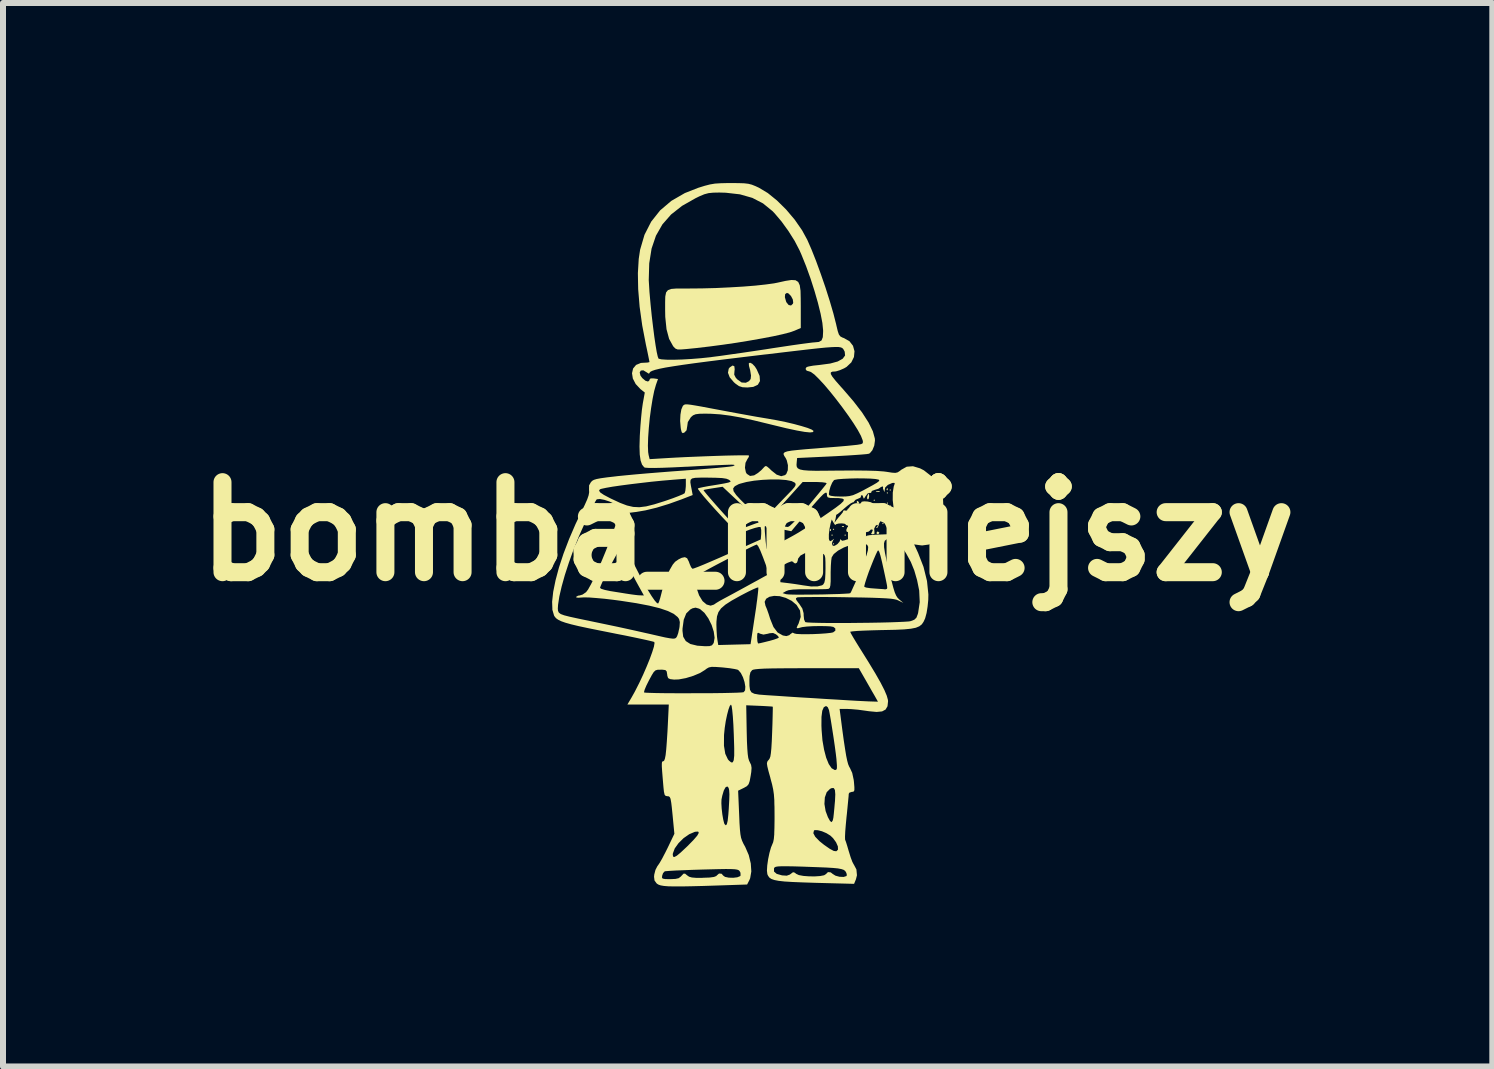
<source format=kicad_pcb>
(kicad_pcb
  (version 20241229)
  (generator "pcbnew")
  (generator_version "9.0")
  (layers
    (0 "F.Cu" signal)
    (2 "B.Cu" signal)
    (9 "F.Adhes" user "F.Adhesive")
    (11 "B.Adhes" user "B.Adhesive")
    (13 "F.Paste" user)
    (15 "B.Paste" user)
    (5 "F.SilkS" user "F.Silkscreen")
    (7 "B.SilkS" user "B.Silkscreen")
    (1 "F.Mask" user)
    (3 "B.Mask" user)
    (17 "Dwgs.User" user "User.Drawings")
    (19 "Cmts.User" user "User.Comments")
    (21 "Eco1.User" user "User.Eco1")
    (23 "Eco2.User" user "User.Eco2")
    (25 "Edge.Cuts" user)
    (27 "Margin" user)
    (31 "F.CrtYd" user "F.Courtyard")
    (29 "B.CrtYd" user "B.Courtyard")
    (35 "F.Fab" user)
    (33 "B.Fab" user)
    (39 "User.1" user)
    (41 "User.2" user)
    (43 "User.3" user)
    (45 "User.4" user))
  (footprint "bomba_mniejszy"
    (layer "F.Cu")
    (at 9.407 5.805)
    (property "Reference" "bomba_mniejszy" (at 0 0 0) (layer "F.SilkS") (effects (font (size 1.5 1.5) (thickness 0.3))))
    (attr board_only exclude_from_pos_files exclude_from_bom)
    (fp_poly (pts (xy 1.418 0.061) (xy 1.406 0.073) (xy 1.394 0.061) (xy 1.406 0.048)) (stroke (width 0) (type solid)) (fill yes) (layer "F.SilkS"))
    (fp_poly (pts (xy 1.442 -0.036) (xy 1.43 -0.024) (xy 1.418 -0.036) (xy 1.43 -0.048)) (stroke (width 0) (type solid)) (fill yes) (layer "F.SilkS"))
    (fp_poly (pts (xy 1.442 0.206) (xy 1.43 0.218) (xy 1.418 0.206) (xy 1.43 0.194)) (stroke (width 0) (type solid)) (fill yes) (layer "F.SilkS"))
    (fp_poly (pts (xy 1.636 0.061) (xy 1.624 0.073) (xy 1.612 0.061) (xy 1.624 0.048)) (stroke (width 0) (type solid)) (fill yes) (layer "F.SilkS"))
    (fp_poly (pts (xy 1.951 -0.206) (xy 1.939 -0.194) (xy 1.927 -0.206) (xy 1.939 -0.218)) (stroke (width 0) (type solid)) (fill yes) (layer "F.SilkS"))
    (fp_poly (pts (xy 2.121 -0.521) (xy 2.109 -0.509) (xy 2.096 -0.521) (xy 2.109 -0.533)) (stroke (width 0) (type solid)) (fill yes) (layer "F.SilkS"))
    (fp_poly (pts (xy 2.266 -0.133) (xy 2.254 -0.121) (xy 2.242 -0.133) (xy 2.254 -0.145)) (stroke (width 0) (type solid)) (fill yes) (layer "F.SilkS"))
    (fp_poly (pts (xy 2.339 -0.642) (xy 2.327 -0.63) (xy 2.315 -0.642) (xy 2.327 -0.654)) (stroke (width 0) (type solid)) (fill yes) (layer "F.SilkS"))
    (fp_poly (pts (xy 2.339 -0.473) (xy 2.327 -0.46) (xy 2.315 -0.473) (xy 2.327 -0.485)) (stroke (width 0) (type solid)) (fill yes) (layer "F.SilkS"))
    (fp_poly (pts (xy 2.387 -0.691) (xy 2.375 -0.679) (xy 2.363 -0.691) (xy 2.375 -0.703)) (stroke (width 0) (type solid)) (fill yes) (layer "F.SilkS"))
    (fp_poly (pts (xy 2.387 -0.424) (xy 2.375 -0.412) (xy 2.363 -0.424) (xy 2.375 -0.436)) (stroke (width 0) (type solid)) (fill yes) (layer "F.SilkS"))
    (fp_poly (pts (xy 2.412 -0.351) (xy 2.399 -0.339) (xy 2.387 -0.351) (xy 2.399 -0.364)) (stroke (width 0) (type solid)) (fill yes) (layer "F.SilkS"))
    (fp_poly (pts (xy 1.386 -0.04) (xy 1.388 -0.012) (xy 1.386 -0.008) (xy 1.371 -0.011) (xy 1.369 -0.024) (xy 1.378 -0.044)) (stroke (width 0) (type solid)) (fill yes) (layer "F.SilkS"))
    (fp_poly (pts (xy 1.604 -0.089) (xy 1.6 -0.074) (xy 1.587 -0.073) (xy 1.568 -0.082) (xy 1.571 -0.089) (xy 1.6 -0.092)) (stroke (width 0) (type solid)) (fill yes) (layer "F.SilkS"))
    (fp_poly (pts (xy 1.798 -0.452) (xy 1.794 -0.438) (xy 1.781 -0.436) (xy 1.761 -0.445) (xy 1.765 -0.452) (xy 1.794 -0.455)) (stroke (width 0) (type solid)) (fill yes) (layer "F.SilkS"))
    (fp_poly (pts (xy 1.798 -0.186) (xy 1.8 -0.157) (xy 1.798 -0.153) (xy 1.783 -0.157) (xy 1.781 -0.17) (xy 1.79 -0.19)) (stroke (width 0) (type solid)) (fill yes) (layer "F.SilkS"))
    (fp_poly (pts (xy 2.199 -0.67) (xy 2.203 -0.662) (xy 2.169 -0.658) (xy 2.135 -0.662) (xy 2.139 -0.67) (xy 2.189 -0.674)) (stroke (width 0) (type solid)) (fill yes) (layer "F.SilkS"))
    (fp_poly (pts (xy 2.331 -0.719) (xy 2.334 -0.69) (xy 2.331 -0.687) (xy 2.316 -0.69) (xy 2.315 -0.703) (xy 2.323 -0.723)) (stroke (width 0) (type solid)) (fill yes) (layer "F.SilkS"))
    (fp_poly (pts (xy 2.331 -0.38) (xy 2.334 -0.351) (xy 2.331 -0.347) (xy 2.316 -0.351) (xy 2.315 -0.364) (xy 2.323 -0.383)) (stroke (width 0) (type solid)) (fill yes) (layer "F.SilkS"))
    (fp_poly (pts (xy 1.867 -0.226) (xy 1.891 -0.204) (xy 1.889 -0.191) (xy 1.868 -0.171) (xy 1.85 -0.195) (xy 1.846 -0.205) (xy 1.847 -0.229)) (stroke (width 0) (type solid)) (fill yes) (layer "F.SilkS"))
    (fp_poly (pts (xy 1.853 -0.491) (xy 1.854 -0.485) (xy 1.846 -0.461) (xy 1.843 -0.46) (xy 1.823 -0.477) (xy 1.818 -0.485) (xy 1.82 -0.507) (xy 1.828 -0.509)) (stroke (width 0) (type solid)) (fill yes) (layer "F.SilkS"))
    (fp_poly (pts (xy 2.022 -0.61) (xy 2.024 -0.582) (xy 2.015 -0.542) (xy 2.002 -0.533) (xy 1.989 -0.553) (xy 1.992 -0.582) (xy 2.007 -0.621) (xy 2.014 -0.63)) (stroke (width 0) (type solid)) (fill yes) (layer "F.SilkS"))
    (fp_poly (pts (xy 2.193 0.018) (xy 2.193 0.024) (xy 2.175 0.048) (xy 2.169 0.048) (xy 2.146 0.03) (xy 2.145 0.024) (xy 2.163 0.001) (xy 2.169 0)) (stroke (width 0) (type solid)) (fill yes) (layer "F.SilkS"))
    (fp_poly (pts (xy 2.452 -0.033) (xy 2.448 -0.024) (xy 2.425 -0.001) (xy 2.421 0) (xy 2.419 -0.016) (xy 2.424 -0.024) (xy 2.446 -0.047) (xy 2.451 -0.048)) (stroke (width 0) (type solid)) (fill yes) (layer "F.SilkS"))
    (fp_poly (pts (xy 0.076 -2.794) (xy 0.119 -2.75) (xy 0.15 -2.702) (xy 0.199 -2.592) (xy 0.205 -2.506) (xy 0.17 -2.445) (xy 0.094 -2.409) (xy -0.002 -2.399) (xy -0.085 -2.403) (xy -0.145 -2.422) (xy -0.203 -2.463) (xy -0.23 -2.487) (xy -0.299 -2.568) (xy -0.328 -2.644) (xy -0.316 -2.711) (xy -0.298 -2.734) (xy -0.251 -2.765) (xy -0.222 -2.753) (xy -0.216 -2.701) (xy -0.219 -2.679) (xy -0.224 -2.613) (xy -0.199 -2.563) (xy -0.173 -2.534) (xy -0.1 -2.482) (xy -0.03 -2.478) (xy 0.023 -2.505) (xy 0.05 -2.54) (xy 0.056 -2.597) (xy 0.042 -2.684) (xy 0.022 -2.759) (xy 0.019 -2.802) (xy 0.04 -2.812)) (stroke (width 0) (type solid)) (fill yes) (layer "F.SilkS"))
    (fp_poly (pts (xy -0.998 -2.117) (xy -0.947 -2.111) (xy -0.873 -2.099) (xy -0.77 -2.081) (xy -0.633 -2.055) (xy -0.457 -2.022) (xy -0.339 -2) (xy -0.178 -1.97) (xy -0.013 -1.94) (xy 0.142 -1.912) (xy 0.273 -1.89) (xy 0.339 -1.879) (xy 0.486 -1.853) (xy 0.634 -1.823) (xy 0.773 -1.79) (xy 0.898 -1.756) (xy 0.999 -1.725) (xy 1.068 -1.697) (xy 1.098 -1.675) (xy 1.098 -1.675) (xy 1.088 -1.656) (xy 1.039 -1.65) (xy 0.95 -1.659) (xy 0.82 -1.682) (xy 0.647 -1.719) (xy 0.429 -1.772) (xy 0.347 -1.792) (xy 0.1 -1.852) (xy -0.11 -1.898) (xy -0.292 -1.93) (xy -0.454 -1.951) (xy -0.606 -1.961) (xy -0.709 -1.963) (xy -0.805 -1.961) (xy -0.867 -1.953) (xy -0.91 -1.935) (xy -0.946 -1.904) (xy -0.997 -1.823) (xy -1.006 -1.759) (xy -1.018 -1.686) (xy -1.053 -1.649) (xy -1.082 -1.638) (xy -1.099 -1.654) (xy -1.112 -1.704) (xy -1.116 -1.734) (xy -1.125 -1.841) (xy -1.12 -1.946) (xy -1.105 -2.034) (xy -1.08 -2.092) (xy -1.075 -2.097) (xy -1.064 -2.107) (xy -1.051 -2.114) (xy -1.031 -2.118)) (stroke (width 0) (type solid)) (fill yes) (layer "F.SilkS"))
    (fp_poly (pts (xy 0.797 -4.186) (xy 0.842 -4.158) (xy 0.868 -4.102) (xy 0.881 -4.011) (xy 0.884 -3.881) (xy 0.885 -3.754) (xy 0.885 -3.39) (xy 0.781 -3.345) (xy 0.701 -3.317) (xy 0.58 -3.286) (xy 0.425 -3.252) (xy 0.241 -3.217) (xy 0.037 -3.181) (xy -0.182 -3.145) (xy -0.408 -3.112) (xy -0.635 -3.082) (xy -0.856 -3.056) (xy -1.025 -3.039) (xy -1.114 -3.032) (xy -1.168 -3.033) (xy -1.203 -3.047) (xy -1.232 -3.075) (xy -1.244 -3.091) (xy -1.309 -3.209) (xy -1.352 -3.37) (xy -1.373 -3.575) (xy -1.375 -3.686) (xy -1.375 -3.822) (xy -1.373 -3.904) (xy 0.62 -3.904) (xy 0.64 -3.832) (xy 0.647 -3.817) (xy 0.683 -3.773) (xy 0.723 -3.765) (xy 0.754 -3.795) (xy 0.759 -3.813) (xy 0.752 -3.866) (xy 0.722 -3.923) (xy 0.681 -3.965) (xy 0.654 -3.975) (xy 0.625 -3.955) (xy 0.62 -3.904) (xy -1.373 -3.904) (xy -1.372 -3.918) (xy -1.359 -3.983) (xy -1.328 -4.021) (xy -1.273 -4.041) (xy -1.186 -4.048) (xy -1.062 -4.048) (xy -0.986 -4.048) (xy -0.76 -4.05) (xy -0.528 -4.056) (xy -0.297 -4.067) (xy -0.077 -4.08) (xy 0.125 -4.096) (xy 0.3 -4.115) (xy 0.439 -4.134) (xy 0.5 -4.146) (xy 0.631 -4.175) (xy 0.729 -4.19)) (stroke (width 0) (type solid)) (fill yes) (layer "F.SilkS"))
    (fp_poly (pts (xy 2.215 -0.23) (xy 2.231 -0.209) (xy 2.213 -0.176) (xy 2.187 -0.127) (xy 2.182 -0.102) (xy 2.164 -0.065) (xy 2.15 -0.058) (xy 2.136 -0.059) (xy 2.144 -0.064) (xy 2.168 -0.095) (xy 2.169 -0.102) (xy 2.155 -0.111) (xy 2.133 -0.097) (xy 2.108 -0.047) (xy 2.111 -0.009) (xy 2.114 0.035) (xy 2.088 0.048) (xy 2.084 0.048) (xy 2.056 0.042) (xy 2.07 0.014) (xy 2.07 0.014) (xy 2.085 -0.022) (xy 2.075 -0.034) (xy 2.048 -0.03) (xy 2.042 -0.019) (xy 2.014 0.003) (xy 1.961 0.015) (xy 1.911 0.02) (xy 1.89 0.025) (xy 1.87 0.032) (xy 1.82 0.035) (xy 1.761 0.033) (xy 1.713 0.027) (xy 1.694 0.02) (xy 1.668 0.008) (xy 1.664 0.01) (xy 1.648 -0.000485) (xy 1.643 -0.025) (xy 1.66 -0.069) (xy 1.686 -0.085) (xy 1.719 -0.106) (xy 1.72 -0.123) (xy 1.725 -0.135) (xy 1.741 -0.132) (xy 1.781 -0.132) (xy 1.85 -0.146) (xy 1.93 -0.17) (xy 2.049 -0.206) (xy 2.096 -0.206) (xy 2.109 -0.194) (xy 2.169 -0.194) (xy 2.178 -0.174) (xy 2.185 -0.178) (xy 2.188 -0.206) (xy 2.185 -0.21) (xy 2.171 -0.207) (xy 2.169 -0.194) (xy 2.109 -0.194) (xy 2.121 -0.206) (xy 2.109 -0.218) (xy 2.096 -0.206) (xy 2.049 -0.206) (xy 2.063 -0.21) (xy 2.159 -0.23)) (stroke (width 0) (type solid)) (fill yes) (layer "F.SilkS"))
    (fp_poly (pts (xy -0.15 -5.804) (xy -0.058 -5.801) (xy 0.011 -5.793) (xy 0.07 -5.778) (xy 0.13 -5.754) (xy 0.188 -5.727) (xy 0.335 -5.639) (xy 0.488 -5.515) (xy 0.641 -5.364) (xy 0.783 -5.196) (xy 0.906 -5.019) (xy 0.993 -4.86) (xy 1.063 -4.7) (xy 1.14 -4.506) (xy 1.219 -4.289) (xy 1.297 -4.063) (xy 1.368 -3.839) (xy 1.429 -3.63) (xy 1.475 -3.449) (xy 1.479 -3.43) (xy 1.501 -3.338) (xy 1.52 -3.282) (xy 1.544 -3.25) (xy 1.579 -3.231) (xy 1.601 -3.223) (xy 1.695 -3.171) (xy 1.755 -3.094) (xy 1.78 -3.003) (xy 1.771 -2.907) (xy 1.727 -2.817) (xy 1.648 -2.742) (xy 1.607 -2.718) (xy 1.536 -2.687) (xy 1.478 -2.669) (xy 1.461 -2.666) (xy 1.412 -2.663) (xy 1.386 -2.651) (xy 1.385 -2.624) (xy 1.411 -2.579) (xy 1.466 -2.51) (xy 1.552 -2.412) (xy 1.585 -2.376) (xy 1.763 -2.169) (xy 1.907 -1.982) (xy 2.015 -1.814) (xy 2.086 -1.669) (xy 2.119 -1.549) (xy 2.121 -1.515) (xy 2.109 -1.43) (xy 2.078 -1.354) (xy 2.036 -1.304) (xy 2.018 -1.295) (xy 1.98 -1.289) (xy 1.901 -1.282) (xy 1.789 -1.274) (xy 1.651 -1.265) (xy 1.494 -1.256) (xy 1.396 -1.251) (xy 0.824 -1.224) (xy 0.817 -1.149) (xy 0.814 -1.108) (xy 0.819 -1.075) (xy 0.837 -1.051) (xy 0.872 -1.033) (xy 0.93 -1.021) (xy 1.016 -1.014) (xy 1.134 -1.011) (xy 1.29 -1.012) (xy 1.489 -1.014) (xy 1.518 -1.014) (xy 1.769 -1.016) (xy 1.979 -1.014) (xy 2.146 -1.009) (xy 2.268 -1) (xy 2.314 -0.994) (xy 2.404 -0.98) (xy 2.46 -0.976) (xy 2.499 -0.985) (xy 2.536 -1.009) (xy 2.559 -1.028) (xy 2.65 -1.079) (xy 2.754 -1.087) (xy 2.872 -1.052) (xy 2.936 -1.019) (xy 3.055 -0.926) (xy 3.157 -0.802) (xy 3.228 -0.66) (xy 3.239 -0.628) (xy 3.255 -0.54) (xy 3.26 -0.423) (xy 3.258 -0.291) (xy 3.247 -0.16) (xy 3.229 -0.044) (xy 3.205 0.042) (xy 3.198 0.058) (xy 3.122 0.158) (xy 3.023 0.217) (xy 2.907 0.233) (xy 2.878 0.23) (xy 2.774 0.215) (xy 2.839 0.356) (xy 2.93 0.59) (xy 2.988 0.825) (xy 3.011 1.049) (xy 3.009 1.14) (xy 2.998 1.251) (xy 2.981 1.358) (xy 2.959 1.44) (xy 2.955 1.452) (xy 2.93 1.506) (xy 2.901 1.548) (xy 2.86 1.58) (xy 2.802 1.604) (xy 2.721 1.62) (xy 2.611 1.631) (xy 2.467 1.638) (xy 2.281 1.642) (xy 2.224 1.643) (xy 2.072 1.647) (xy 1.937 1.652) (xy 1.828 1.657) (xy 1.75 1.664) (xy 1.712 1.67) (xy 1.709 1.672) (xy 1.721 1.699) (xy 1.755 1.759) (xy 1.805 1.842) (xy 1.866 1.941) (xy 1.875 1.955) (xy 2.015 2.179) (xy 2.128 2.366) (xy 2.215 2.519) (xy 2.278 2.642) (xy 2.318 2.737) (xy 2.337 2.806) (xy 2.339 2.83) (xy 2.33 2.912) (xy 2.298 2.967) (xy 2.24 2.998) (xy 2.149 3.007) (xy 2.021 2.995) (xy 1.951 2.985) (xy 1.842 2.97) (xy 1.729 2.96) (xy 1.663 2.957) (xy 1.532 2.957) (xy 1.547 3.072) (xy 1.576 3.297) (xy 1.601 3.48) (xy 1.623 3.624) (xy 1.641 3.735) (xy 1.658 3.817) (xy 1.674 3.877) (xy 1.691 3.918) (xy 1.705 3.942) (xy 1.742 4.023) (xy 1.767 4.14) (xy 1.771 4.175) (xy 1.778 4.261) (xy 1.778 4.31) (xy 1.768 4.332) (xy 1.745 4.338) (xy 1.736 4.338) (xy 1.695 4.352) (xy 1.684 4.372) (xy 1.682 4.407) (xy 1.675 4.48) (xy 1.665 4.583) (xy 1.653 4.706) (xy 1.647 4.76) (xy 1.635 4.887) (xy 1.626 4.997) (xy 1.622 5.082) (xy 1.623 5.131) (xy 1.625 5.139) (xy 1.638 5.173) (xy 1.659 5.24) (xy 1.684 5.326) (xy 1.688 5.338) (xy 1.716 5.429) (xy 1.744 5.504) (xy 1.767 5.548) (xy 1.769 5.55) (xy 1.812 5.631) (xy 1.821 5.728) (xy 1.804 5.796) (xy 1.773 5.871) (xy 1.129 5.854) (xy 0.916 5.847) (xy 0.747 5.84) (xy 0.615 5.832) (xy 0.516 5.821) (xy 0.444 5.807) (xy 0.394 5.789) (xy 0.361 5.766) (xy 0.34 5.736) (xy 0.328 5.71) (xy 0.323 5.666) (xy 0.439 5.666) (xy 0.484 5.705) (xy 0.573 5.73) (xy 0.651 5.735) (xy 0.702 5.717) (xy 0.718 5.705) (xy 0.756 5.677) (xy 0.785 5.685) (xy 0.808 5.704) (xy 0.853 5.725) (xy 0.929 5.739) (xy 1.022 5.746) (xy 1.119 5.747) (xy 1.207 5.741) (xy 1.274 5.728) (xy 1.305 5.708) (xy 1.305 5.708) (xy 1.338 5.675) (xy 1.384 5.68) (xy 1.417 5.706) (xy 1.463 5.735) (xy 1.53 5.753) (xy 1.599 5.756) (xy 1.647 5.741) (xy 1.649 5.739) (xy 1.651 5.709) (xy 1.638 5.676) (xy 1.623 5.655) (xy 1.6 5.638) (xy 1.562 5.625) (xy 1.504 5.614) (xy 1.421 5.606) (xy 1.307 5.599) (xy 1.156 5.593) (xy 0.962 5.586) (xy 0.943 5.585) (xy 0.777 5.58) (xy 0.652 5.578) (xy 0.564 5.578) (xy 0.505 5.581) (xy 0.469 5.587) (xy 0.449 5.597) (xy 0.44 5.61) (xy 0.439 5.612) (xy 0.439 5.666) (xy 0.323 5.666) (xy 0.321 5.654) (xy 0.326 5.566) (xy 0.341 5.461) (xy 0.363 5.356) (xy 0.389 5.264) (xy 0.409 5.216) (xy 0.425 5.177) (xy 0.436 5.123) (xy 0.443 5.046) (xy 0.443 5.027) (xy 1.094 5.027) (xy 1.126 5.087) (xy 1.198 5.161) (xy 1.274 5.222) (xy 1.369 5.288) (xy 1.435 5.323) (xy 1.477 5.328) (xy 1.502 5.305) (xy 1.505 5.298) (xy 1.503 5.247) (xy 1.473 5.179) (xy 1.423 5.11) (xy 1.379 5.068) (xy 1.313 5.027) (xy 1.238 4.995) (xy 1.167 4.977) (xy 1.116 4.976) (xy 1.105 4.983) (xy 1.094 5.027) (xy 0.443 5.027) (xy 0.446 4.938) (xy 0.448 4.792) (xy 0.448 4.746) (xy 0.447 4.592) (xy 0.445 4.54) (xy 1.279 4.54) (xy 1.299 4.659) (xy 1.337 4.76) (xy 1.373 4.825) (xy 1.399 4.843) (xy 1.418 4.814) (xy 1.428 4.769) (xy 1.435 4.706) (xy 1.444 4.614) (xy 1.453 4.51) (xy 1.455 4.492) (xy 1.46 4.38) (xy 1.454 4.309) (xy 1.436 4.276) (xy 1.403 4.275) (xy 1.373 4.288) (xy 1.317 4.344) (xy 1.286 4.431) (xy 1.279 4.54) (xy 0.445 4.54) (xy 0.444 4.474) (xy 0.437 4.38) (xy 0.425 4.298) (xy 0.407 4.214) (xy 0.381 4.118) (xy 0.377 4.1) (xy 0.346 3.989) (xy 0.328 3.915) (xy 0.321 3.868) (xy 0.326 3.838) (xy 0.34 3.816) (xy 0.349 3.808) (xy 0.365 3.785) (xy 0.378 3.75) (xy 0.387 3.694) (xy 0.395 3.611) (xy 0.402 3.494) (xy 0.408 3.344) (xy 0.412 3.235) (xy 1.229 3.235) (xy 1.232 3.308) (xy 1.246 3.48) (xy 1.273 3.635) (xy 1.308 3.769) (xy 1.351 3.875) (xy 1.399 3.945) (xy 1.45 3.974) (xy 1.457 3.975) (xy 1.477 3.969) (xy 1.487 3.946) (xy 1.487 3.895) (xy 1.48 3.806) (xy 1.48 3.799) (xy 1.469 3.705) (xy 1.452 3.578) (xy 1.431 3.433) (xy 1.408 3.285) (xy 1.386 3.146) (xy 1.366 3.032) (xy 1.355 2.975) (xy 1.334 2.927) (xy 1.306 2.908) (xy 1.269 2.928) (xy 1.243 2.987) (xy 1.23 3.089) (xy 1.229 3.235) (xy 0.412 3.235) (xy 0.413 3.207) (xy 0.416 3.088) (xy 0.418 2.995) (xy 0.419 2.937) (xy 0.418 2.919) (xy 0.393 2.916) (xy 0.33 2.912) (xy 0.242 2.907) (xy 0.194 2.905) (xy -0.024 2.896) (xy -0.016 3.333) (xy -0.012 3.497) (xy -0.006 3.62) (xy 0.001 3.709) (xy 0.01 3.773) (xy 0.023 3.817) (xy 0.035 3.842) (xy 0.057 3.889) (xy 0.065 3.939) (xy 0.06 4.008) (xy 0.05 4.072) (xy 0.034 4.158) (xy 0.016 4.21) (xy -0.012 4.243) (xy -0.059 4.27) (xy -0.067 4.274) (xy -0.159 4.319) (xy -0.142 4.71) (xy -0.136 4.857) (xy -0.129 4.964) (xy -0.121 5.043) (xy -0.11 5.103) (xy -0.093 5.153) (xy -0.07 5.203) (xy -0.041 5.255) (xy 0.018 5.391) (xy 0.052 5.531) (xy 0.061 5.664) (xy 0.042 5.776) (xy 0.029 5.808) (xy -0.009 5.882) (xy -0.487 5.898) (xy -0.733 5.906) (xy -0.934 5.911) (xy -1.096 5.914) (xy -1.224 5.914) (xy -1.322 5.912) (xy -1.395 5.906) (xy -1.448 5.897) (xy -1.484 5.885) (xy -1.509 5.87) (xy -1.518 5.862) (xy -1.552 5.815) (xy -1.558 5.766) (xy -1.428 5.766) (xy -1.415 5.784) (xy -1.376 5.791) (xy -1.301 5.793) (xy -1.291 5.793) (xy -1.204 5.789) (xy -1.15 5.777) (xy -1.114 5.75) (xy -1.103 5.738) (xy -1.069 5.702) (xy -1.043 5.701) (xy -1.009 5.729) (xy -0.976 5.752) (xy -0.931 5.765) (xy -0.861 5.771) (xy -0.756 5.771) (xy -0.746 5.77) (xy -0.633 5.766) (xy -0.561 5.756) (xy -0.523 5.741) (xy -0.514 5.731) (xy -0.477 5.699) (xy -0.433 5.703) (xy -0.409 5.732) (xy -0.377 5.755) (xy -0.315 5.768) (xy -0.241 5.77) (xy -0.173 5.762) (xy -0.126 5.743) (xy -0.118 5.732) (xy -0.12 5.685) (xy -0.136 5.656) (xy -0.151 5.643) (xy -0.175 5.634) (xy -0.215 5.628) (xy -0.276 5.625) (xy -0.364 5.624) (xy -0.485 5.626) (xy -0.646 5.63) (xy -0.759 5.633) (xy -0.924 5.638) (xy -1.075 5.644) (xy -1.202 5.649) (xy -1.301 5.655) (xy -1.363 5.66) (xy -1.381 5.662) (xy -1.41 5.693) (xy -1.424 5.734) (xy -1.428 5.766) (xy -1.558 5.766) (xy -1.56 5.756) (xy -1.556 5.715) (xy -1.536 5.638) (xy -1.503 5.574) (xy -1.496 5.566) (xy -1.467 5.523) (xy -1.423 5.447) (xy -1.391 5.385) (xy -1.248 5.385) (xy -1.242 5.418) (xy -1.221 5.424) (xy -1.18 5.402) (xy -1.116 5.349) (xy -1.024 5.263) (xy -1.003 5.243) (xy -0.903 5.141) (xy -0.84 5.068) (xy -0.814 5.021) (xy -0.825 5) (xy -0.872 5.003) (xy -0.879 5.004) (xy -0.973 5.044) (xy -1.068 5.11) (xy -1.152 5.193) (xy -1.215 5.281) (xy -1.246 5.364) (xy -1.248 5.385) (xy -1.391 5.385) (xy -1.373 5.351) (xy -1.335 5.275) (xy -1.221 5.037) (xy -1.251 4.724) (xy -1.264 4.596) (xy -1.272 4.529) (xy -0.438 4.529) (xy -0.433 4.617) (xy -0.422 4.713) (xy -0.407 4.8) (xy -0.391 4.863) (xy -0.384 4.877) (xy -0.364 4.896) (xy -0.347 4.878) (xy -0.333 4.82) (xy -0.322 4.717) (xy -0.315 4.622) (xy -0.307 4.48) (xy -0.304 4.379) (xy -0.308 4.312) (xy -0.317 4.273) (xy -0.333 4.253) (xy -0.342 4.249) (xy -0.369 4.263) (xy -0.398 4.317) (xy -0.423 4.402) (xy -0.436 4.466) (xy -0.438 4.529) (xy -1.272 4.529) (xy -1.275 4.509) (xy -1.285 4.454) (xy -1.298 4.425) (xy -1.315 4.413) (xy -1.336 4.411) (xy -1.366 4.406) (xy -1.384 4.385) (xy -1.395 4.335) (xy -1.403 4.26) (xy -1.416 4.106) (xy -1.425 3.994) (xy -1.43 3.917) (xy -1.43 3.869) (xy -1.427 3.843) (xy -1.42 3.832) (xy -1.408 3.829) (xy -1.407 3.829) (xy -1.392 3.819) (xy -1.379 3.786) (xy -1.367 3.726) (xy -1.357 3.633) (xy -1.352 3.57) (xy -0.395 3.57) (xy -0.373 3.704) (xy -0.329 3.797) (xy -0.31 3.819) (xy -0.274 3.848) (xy -0.248 3.846) (xy -0.232 3.81) (xy -0.224 3.735) (xy -0.224 3.617) (xy -0.225 3.573) (xy -0.231 3.385) (xy -0.238 3.219) (xy -0.247 3.081) (xy -0.257 2.976) (xy -0.267 2.908) (xy -0.278 2.884) (xy -0.278 2.884) (xy -0.298 2.907) (xy -0.32 2.967) (xy -0.343 3.055) (xy -0.365 3.16) (xy -0.382 3.272) (xy -0.393 3.38) (xy -0.394 3.395) (xy -0.395 3.57) (xy -1.352 3.57) (xy -1.347 3.503) (xy -1.336 3.333) (xy -1.33 3.216) (xy -1.314 2.884) (xy -1.659 2.884) (xy -2.004 2.884) (xy -1.936 2.769) (xy -1.884 2.676) (xy -1.727 2.676) (xy -1.726 2.682) (xy -1.7 2.686) (xy -1.633 2.689) (xy -1.531 2.692) (xy -1.4 2.694) (xy -1.249 2.695) (xy -1.084 2.696) (xy -0.911 2.695) (xy -0.737 2.695) (xy -0.57 2.694) (xy -0.415 2.692) (xy -0.281 2.689) (xy -0.174 2.686) (xy -0.1 2.682) (xy -0.067 2.678) (xy -0.043 2.647) (xy -0.039 2.586) (xy -0.052 2.509) (xy -0.063 2.475) (xy 0.029 2.475) (xy 0.03 2.573) (xy 0.039 2.639) (xy 0.063 2.68) (xy 0.111 2.704) (xy 0.19 2.718) (xy 0.308 2.727) (xy 0.322 2.728) (xy 0.494 2.739) (xy 0.684 2.752) (xy 0.884 2.765) (xy 1.089 2.777) (xy 1.29 2.79) (xy 1.482 2.801) (xy 1.657 2.812) (xy 1.808 2.821) (xy 1.929 2.827) (xy 2.013 2.831) (xy 2.043 2.832) (xy 2.171 2.836) (xy 2.113 2.733) (xy 2.071 2.661) (xy 2.017 2.566) (xy 1.96 2.466) (xy 1.953 2.454) (xy 1.852 2.278) (xy 0.985 2.278) (xy 0.746 2.279) (xy 0.551 2.28) (xy 0.396 2.282) (xy 0.277 2.285) (xy 0.189 2.29) (xy 0.129 2.296) (xy 0.091 2.303) (xy 0.074 2.311) (xy 0.046 2.346) (xy 0.032 2.406) (xy 0.029 2.475) (xy -0.063 2.475) (xy -0.078 2.429) (xy -0.113 2.359) (xy -0.153 2.312) (xy -0.17 2.302) (xy -0.22 2.291) (xy -0.302 2.278) (xy -0.402 2.267) (xy -0.433 2.264) (xy -0.535 2.257) (xy -0.601 2.256) (xy -0.646 2.265) (xy -0.681 2.284) (xy -0.711 2.307) (xy -0.793 2.358) (xy -0.905 2.405) (xy -1.029 2.443) (xy -1.147 2.465) (xy -1.226 2.468) (xy -1.292 2.46) (xy -1.325 2.443) (xy -1.338 2.406) (xy -1.341 2.381) (xy -1.349 2.332) (xy -1.371 2.309) (xy -1.421 2.303) (xy -1.45 2.303) (xy -1.5 2.304) (xy -1.535 2.314) (xy -1.565 2.342) (xy -1.598 2.395) (xy -1.645 2.482) (xy -1.687 2.566) (xy -1.716 2.635) (xy -1.727 2.676) (xy -1.884 2.676) (xy -1.872 2.653) (xy -1.806 2.523) (xy -1.742 2.387) (xy -1.683 2.251) (xy -1.631 2.123) (xy -1.59 2.01) (xy -1.562 1.92) (xy -1.552 1.861) (xy -1.556 1.841) (xy -1.584 1.833) (xy -1.654 1.816) (xy -1.758 1.793) (xy -1.89 1.765) (xy -2.045 1.733) (xy -2.215 1.7) (xy -2.218 1.699) (xy -2.459 1.651) (xy -2.657 1.611) (xy -2.816 1.577) (xy -2.941 1.547) (xy -3.037 1.52) (xy -3.108 1.495) (xy -3.158 1.47) (xy -3.193 1.445) (xy -3.216 1.417) (xy -3.226 1.4) (xy -3.254 1.304) (xy -3.254 1.284) (xy -3.163 1.284) (xy -3.16 1.322) (xy -3.146 1.352) (xy -3.114 1.376) (xy -3.057 1.397) (xy -2.967 1.42) (xy -2.839 1.448) (xy -2.811 1.454) (xy -2.561 1.506) (xy -2.35 1.55) (xy -2.169 1.588) (xy -2.008 1.623) (xy -1.859 1.656) (xy -1.713 1.689) (xy -1.636 1.706) (xy -1.484 1.741) (xy -1.373 1.766) (xy -1.295 1.78) (xy -1.244 1.786) (xy -1.212 1.783) (xy -1.193 1.772) (xy -1.181 1.754) (xy -1.176 1.746) (xy -1.157 1.693) (xy -1.149 1.655) (xy -1.086 1.655) (xy -1.074 1.754) (xy -1.031 1.826) (xy -0.954 1.875) (xy -0.839 1.903) (xy -0.708 1.912) (xy -0.636 1.91) (xy -0.595 1.897) (xy -0.57 1.864) (xy -0.565 1.854) (xy -0.551 1.772) (xy -0.565 1.669) (xy -0.601 1.556) (xy -0.605 1.549) (xy -0.521 1.549) (xy -0.518 1.649) (xy -0.512 1.744) (xy -0.505 1.8) (xy -0.49 1.892) (xy -0.221 1.885) (xy 0.048 1.878) (xy 0.065 1.769) (xy 0.158 1.769) (xy 0.162 1.83) (xy 0.172 1.864) (xy 0.176 1.866) (xy 0.207 1.861) (xy 0.271 1.846) (xy 0.355 1.825) (xy 0.357 1.825) (xy 0.438 1.802) (xy 0.497 1.781) (xy 0.521 1.766) (xy 0.521 1.765) (xy 0.503 1.74) (xy 0.471 1.713) (xy 0.423 1.691) (xy 0.364 1.696) (xy 0.336 1.704) (xy 0.263 1.718) (xy 0.21 1.704) (xy 0.204 1.701) (xy 0.174 1.687) (xy 0.161 1.7) (xy 0.158 1.751) (xy 0.158 1.769) (xy 0.065 1.769) (xy 0.119 1.412) (xy 0.141 1.267) (xy 0.153 1.172) (xy 0.283 1.172) (xy 0.297 1.238) (xy 0.3 1.244) (xy 0.321 1.294) (xy 0.349 1.373) (xy 0.375 1.456) (xy 0.43 1.592) (xy 0.5 1.684) (xy 0.587 1.733) (xy 0.645 1.743) (xy 0.693 1.728) (xy 0.715 1.708) (xy 0.749 1.685) (xy 0.778 1.699) (xy 0.813 1.707) (xy 0.884 1.711) (xy 0.98 1.712) (xy 1.09 1.71) (xy 1.202 1.705) (xy 1.304 1.698) (xy 1.386 1.689) (xy 1.424 1.681) (xy 1.461 1.653) (xy 1.46 1.615) (xy 1.428 1.59) (xy 1.378 1.581) (xy 1.295 1.577) (xy 1.192 1.576) (xy 1.084 1.578) (xy 0.985 1.584) (xy 0.911 1.593) (xy 0.891 1.598) (xy 0.835 1.613) (xy 0.816 1.607) (xy 0.829 1.572) (xy 0.848 1.536) (xy 0.884 1.423) (xy 0.873 1.318) (xy 0.815 1.224) (xy 0.734 1.156) (xy 0.65 1.114) (xy 0.804 1.114) (xy 0.809 1.139) (xy 0.843 1.186) (xy 0.859 1.205) (xy 0.911 1.284) (xy 0.932 1.362) (xy 0.933 1.397) (xy 0.94 1.466) (xy 0.958 1.507) (xy 0.963 1.511) (xy 1.001 1.516) (xy 1.081 1.52) (xy 1.194 1.523) (xy 1.336 1.525) (xy 1.497 1.525) (xy 1.673 1.525) (xy 1.854 1.523) (xy 2.035 1.521) (xy 2.209 1.518) (xy 2.368 1.514) (xy 2.505 1.509) (xy 2.614 1.504) (xy 2.688 1.499) (xy 2.715 1.494) (xy 2.777 1.47) (xy 2.812 1.436) (xy 2.835 1.375) (xy 2.84 1.357) (xy 2.867 1.178) (xy 2.858 0.984) (xy 2.823 0.811) (xy 2.776 0.649) (xy 2.719 0.509) (xy 2.643 0.37) (xy 2.576 0.265) (xy 2.521 0.187) (xy 2.478 0.143) (xy 2.44 0.124) (xy 2.412 0.121) (xy 2.354 0.123) (xy 2.312 0.133) (xy 2.284 0.156) (xy 2.272 0.197) (xy 2.273 0.263) (xy 2.288 0.359) (xy 2.316 0.491) (xy 2.357 0.663) (xy 2.361 0.679) (xy 2.398 0.828) (xy 2.427 0.938) (xy 2.451 1.015) (xy 2.474 1.068) (xy 2.497 1.104) (xy 2.524 1.131) (xy 2.525 1.132) (xy 2.593 1.19) (xy 2.509 1.149) (xy 2.479 1.137) (xy 2.439 1.128) (xy 2.384 1.12) (xy 2.307 1.114) (xy 2.204 1.109) (xy 2.07 1.104) (xy 1.898 1.1) (xy 1.685 1.097) (xy 1.645 1.096) (xy 1.454 1.093) (xy 1.277 1.092) (xy 1.121 1.092) (xy 0.992 1.093) (xy 0.895 1.094) (xy 0.837 1.097) (xy 0.824 1.099) (xy 0.804 1.114) (xy 0.65 1.114) (xy 0.634 1.106) (xy 0.534 1.078) (xy 0.441 1.073) (xy 0.363 1.088) (xy 0.308 1.121) (xy 0.283 1.172) (xy 0.153 1.172) (xy 0.158 1.14) (xy 0.17 1.036) (xy 0.171 1.027) (xy 0.582 1.027) (xy 0.642 1.045) (xy 0.68 1.049) (xy 0.756 1.052) (xy 0.861 1.053) (xy 0.987 1.052) (xy 1.126 1.051) (xy 1.267 1.049) (xy 1.403 1.045) (xy 1.524 1.042) (xy 1.621 1.037) (xy 1.687 1.033) (xy 1.71 1.028) (xy 1.724 1.005) (xy 1.752 0.943) (xy 1.761 0.923) (xy 1.944 0.923) (xy 1.976 0.935) (xy 2.043 0.945) (xy 2.121 0.951) (xy 2.204 0.957) (xy 2.266 0.961) (xy 2.292 0.965) (xy 2.32 0.956) (xy 2.324 0.948) (xy 2.325 0.93) (xy 2.321 0.896) (xy 2.31 0.84) (xy 2.292 0.754) (xy 2.266 0.633) (xy 2.239 0.511) (xy 2.213 0.404) (xy 2.193 0.34) (xy 2.177 0.315) (xy 2.165 0.323) (xy 2.135 0.385) (xy 2.098 0.471) (xy 2.058 0.571) (xy 2.018 0.674) (xy 1.984 0.772) (xy 1.958 0.853) (xy 1.944 0.906) (xy 1.944 0.923) (xy 1.761 0.923) (xy 1.793 0.853) (xy 1.841 0.74) (xy 1.878 0.653) (xy 1.94 0.503) (xy 1.982 0.391) (xy 2.004 0.311) (xy 2.008 0.257) (xy 1.993 0.225) (xy 1.961 0.207) (xy 1.914 0.198) (xy 1.818 0.201) (xy 1.71 0.226) (xy 1.602 0.267) (xy 1.506 0.319) (xy 1.434 0.377) (xy 1.4 0.431) (xy 1.392 0.485) (xy 1.386 0.571) (xy 1.383 0.676) (xy 1.383 0.721) (xy 1.383 0.83) (xy 1.378 0.899) (xy 1.368 0.938) (xy 1.351 0.954) (xy 1.347 0.956) (xy 1.309 0.96) (xy 1.233 0.962) (xy 1.131 0.963) (xy 1.012 0.963) (xy 1.006 0.963) (xy 0.859 0.963) (xy 0.754 0.968) (xy 0.683 0.978) (xy 0.642 0.993) (xy 0.582 1.027) (xy 0.171 1.027) (xy 0.177 0.965) (xy 0.177 0.933) (xy 0.176 0.932) (xy 0.151 0.938) (xy 0.092 0.963) (xy 0.007 1.004) (xy -0.097 1.058) (xy -0.125 1.073) (xy -0.267 1.152) (xy -0.371 1.219) (xy -0.443 1.281) (xy -0.487 1.343) (xy -0.511 1.415) (xy -0.52 1.502) (xy -0.521 1.549) (xy -0.605 1.549) (xy -0.655 1.448) (xy -0.72 1.356) (xy -0.791 1.295) (xy -0.811 1.285) (xy -0.868 1.269) (xy -0.919 1.28) (xy -0.956 1.3) (xy -1.023 1.365) (xy -1.065 1.47) (xy -1.085 1.616) (xy -1.086 1.655) (xy -1.149 1.655) (xy -1.14 1.617) (xy -1.135 1.588) (xy -1.13 1.51) (xy -1.143 1.458) (xy -1.166 1.426) (xy -1.231 1.373) (xy -1.33 1.325) (xy -1.465 1.279) (xy -1.639 1.236) (xy -1.854 1.195) (xy -2.114 1.155) (xy -2.242 1.138) (xy -2.386 1.121) (xy -2.521 1.109) (xy -2.638 1.1) (xy -2.725 1.098) (xy -2.758 1.1) (xy -2.827 1.104) (xy -2.859 1.097) (xy -2.859 1.09) (xy -2.826 1.07) (xy -2.799 1.066) (xy -2.75 1.051) (xy -2.695 1.013) (xy -2.693 1.012) (xy -2.658 0.966) (xy -2.644 0.94) (xy -2.46 0.94) (xy -2.438 0.956) (xy -2.38 0.974) (xy -2.299 0.991) (xy -2.296 0.992) (xy -2.139 1.017) (xy -2.021 1.036) (xy -1.935 1.049) (xy -1.874 1.057) (xy -1.83 1.062) (xy -1.797 1.064) (xy -1.729 1.066) (xy -1.813 0.915) (xy -1.863 0.824) (xy -1.924 0.708) (xy -1.985 0.588) (xy -2.01 0.539) (xy -2.058 0.446) (xy -2.1 0.372) (xy -2.129 0.326) (xy -2.14 0.315) (xy -2.156 0.336) (xy -2.188 0.39) (xy -2.232 0.47) (xy -2.282 0.564) (xy -2.334 0.665) (xy -2.382 0.763) (xy -2.423 0.847) (xy -2.45 0.91) (xy -2.46 0.94) (xy -2.644 0.94) (xy -2.612 0.883) (xy -2.556 0.771) (xy -2.494 0.636) (xy -2.43 0.487) (xy -2.365 0.329) (xy -2.302 0.171) (xy -2.245 0.019) (xy -2.197 -0.119) (xy -2.193 -0.131) (xy -2.119 -0.131) (xy -2.11 -0.023) (xy -2.084 0.091) (xy -2.049 0.192) (xy -2 0.311) (xy -1.941 0.444) (xy -1.873 0.584) (xy -1.802 0.723) (xy -1.731 0.857) (xy -1.662 0.977) (xy -1.6 1.077) (xy -1.548 1.152) (xy -1.51 1.194) (xy -1.491 1.2) (xy -1.477 1.172) (xy -1.457 1.109) (xy -1.435 1.024) (xy -1.432 1.011) (xy -1.397 0.884) (xy -1.39 0.865) (xy -0.859 0.865) (xy -0.844 0.964) (xy -0.809 1.065) (xy -0.755 1.154) (xy -0.748 1.163) (xy -0.684 1.217) (xy -0.617 1.236) (xy -0.561 1.218) (xy -0.556 1.214) (xy -0.524 1.192) (xy -0.463 1.155) (xy -0.395 1.118) (xy -0.331 1.084) (xy -0.281 1.057) (xy -0.233 1.031) (xy -0.18 1.002) (xy -0.11 0.964) (xy -0.015 0.912) (xy 0.085 0.857) (xy 0.184 0.803) (xy 0.267 0.757) (xy 0.324 0.726) (xy 0.345 0.714) (xy 0.545 0.714) (xy 0.545 0.845) (xy 0.685 0.862) (xy 0.783 0.875) (xy 0.879 0.89) (xy 0.921 0.897) (xy 1.056 0.916) (xy 1.164 0.915) (xy 1.239 0.897) (xy 1.259 0.883) (xy 1.278 0.851) (xy 1.29 0.796) (xy 1.295 0.709) (xy 1.297 0.616) (xy 1.296 0.509) (xy 1.293 0.441) (xy 1.284 0.401) (xy 1.268 0.379) (xy 1.241 0.365) (xy 1.234 0.363) (xy 1.138 0.341) (xy 1.039 0.342) (xy 0.949 0.364) (xy 0.879 0.402) (xy 0.84 0.453) (xy 0.836 0.478) (xy 0.822 0.519) (xy 0.791 0.534) (xy 0.763 0.516) (xy 0.758 0.506) (xy 0.732 0.497) (xy 0.67 0.52) (xy 0.647 0.531) (xy 0.589 0.563) (xy 0.558 0.593) (xy 0.547 0.639) (xy 0.545 0.714) (xy 0.345 0.714) (xy 0.348 0.712) (xy 0.348 0.712) (xy 0.345 0.688) (xy 0.33 0.633) (xy 0.315 0.589) (xy 0.256 0.431) (xy 0.211 0.318) (xy 0.177 0.248) (xy 0.154 0.219) (xy 0.151 0.218) (xy 0.122 0.229) (xy 0.058 0.259) (xy -0.033 0.304) (xy -0.144 0.36) (xy -0.267 0.423) (xy -0.393 0.489) (xy -0.516 0.553) (xy -0.628 0.613) (xy -0.721 0.664) (xy -0.787 0.702) (xy -0.818 0.722) (xy -0.851 0.78) (xy -0.859 0.865) (xy -1.39 0.865) (xy -1.351 0.757) (xy -1.3 0.642) (xy -1.248 0.552) (xy -1.209 0.505) (xy -1.15 0.464) (xy -1.099 0.439) (xy -1.046 0.428) (xy -1.009 0.446) (xy -0.98 0.502) (xy -0.965 0.544) (xy -0.942 0.596) (xy -0.919 0.622) (xy -0.919 0.622) (xy -0.892 0.614) (xy -0.827 0.59) (xy -0.729 0.55) (xy -0.607 0.498) (xy -0.464 0.436) (xy -0.339 0.381) (xy 0.218 0.133) (xy 0.226 0.039) (xy 0.226 -0.026) (xy 0.218 -0.062) (xy 0.284 -0.062) (xy 0.286 -0.004) (xy 0.292 0.074) (xy 0.299 0.156) (xy 0.307 0.229) (xy 0.315 0.278) (xy 0.319 0.291) (xy 0.343 0.281) (xy 0.401 0.253) (xy 0.483 0.213) (xy 0.552 0.179) (xy 0.657 0.125) (xy 0.752 0.073) (xy 0.796 0.048) (xy 1.353 0.048) (xy 1.353 0.119) (xy 1.358 0.142) (xy 1.373 0.163) (xy 1.403 0.149) (xy 1.412 0.142) (xy 1.441 0.121) (xy 1.434 0.134) (xy 1.422 0.15) (xy 1.404 0.195) (xy 1.413 0.232) (xy 1.437 0.242) (xy 1.468 0.228) (xy 1.497 0.209) (xy 1.532 0.168) (xy 1.541 0.143) (xy 1.547 0.124) (xy 1.555 0.139) (xy 1.574 0.155) (xy 1.616 0.147) (xy 1.646 0.136) (xy 1.722 0.116) (xy 1.795 0.114) (xy 1.796 0.115) (xy 1.843 0.121) (xy 1.848 0.113) (xy 1.818 0.086) (xy 1.769 0.045) (xy 1.818 0.062) (xy 1.892 0.084) (xy 1.946 0.094) (xy 1.97 0.089) (xy 1.969 0.082) (xy 1.984 0.071) (xy 2.037 0.061) (xy 2.043 0.061) (xy 2.363 0.061) (xy 2.375 0.073) (xy 2.387 0.061) (xy 2.375 0.048) (xy 2.363 0.061) (xy 2.043 0.061) (xy 2.117 0.055) (xy 2.129 0.054) (xy 2.234 0.05) (xy 2.337 0.046) (xy 2.406 0.043) (xy 2.472 0.037) (xy 2.498 0.023) (xy 2.497 0.001) (xy 2.493 -0.019) (xy 2.512 -0.000214) (xy 2.517 0.006) (xy 2.553 0.042) (xy 2.57 0.043) (xy 2.561 0.009) (xy 2.557 0) (xy 2.544 -0.037) (xy 2.55 -0.049) (xy 2.552 -0.059) (xy 2.542 -0.067) (xy 2.523 -0.098) (xy 2.495 -0.162) (xy 2.466 -0.247) (xy 2.461 -0.261) (xy 2.432 -0.389) (xy 2.417 -0.523) (xy 2.418 -0.648) (xy 2.434 -0.75) (xy 2.445 -0.78) (xy 2.451 -0.808) (xy 2.424 -0.81) (xy 2.407 -0.807) (xy 2.336 -0.776) (xy 2.291 -0.732) (xy 2.282 -0.684) (xy 2.282 -0.682) (xy 2.288 -0.657) (xy 2.273 -0.674) (xy 2.27 -0.677) (xy 2.254 -0.717) (xy 2.257 -0.732) (xy 2.251 -0.75) (xy 2.245 -0.751) (xy 2.21 -0.734) (xy 2.207 -0.73) (xy 2.177 -0.711) (xy 2.12 -0.694) (xy 2.12 -0.694) (xy 2.073 -0.677) (xy 2.059 -0.657) (xy 2.06 -0.655) (xy 2.056 -0.641) (xy 2.039 -0.644) (xy 2.001 -0.635) (xy 1.966 -0.59) (xy 1.94 -0.55) (xy 1.929 -0.554) (xy 1.928 -0.564) (xy 1.915 -0.599) (xy 1.901 -0.606) (xy 1.886 -0.592) (xy 1.889 -0.584) (xy 1.879 -0.563) (xy 1.842 -0.547) (xy 1.797 -0.528) (xy 1.781 -0.509) (xy 1.762 -0.486) (xy 1.751 -0.485) (xy 1.718 -0.469) (xy 1.663 -0.429) (xy 1.605 -0.38) (xy 1.545 -0.327) (xy 1.501 -0.292) (xy 1.483 -0.283) (xy 1.474 -0.272) (xy 1.473 -0.261) (xy 1.465 -0.213) (xy 1.456 -0.182) (xy 1.446 -0.148) (xy 1.455 -0.156) (xy 1.471 -0.18) (xy 1.513 -0.233) (xy 1.551 -0.277) (xy 1.584 -0.318) (xy 1.594 -0.344) (xy 1.606 -0.353) (xy 1.624 -0.348) (xy 1.655 -0.349) (xy 1.66 -0.361) (xy 1.673 -0.382) (xy 1.679 -0.382) (xy 1.711 -0.386) (xy 1.764 -0.406) (xy 1.823 -0.433) (xy 1.871 -0.46) (xy 1.892 -0.48) (xy 1.892 -0.482) (xy 1.901 -0.496) (xy 1.942 -0.502) (xy 1.996 -0.499) (xy 2.049 -0.488) (xy 2.076 -0.475) (xy 2.107 -0.448) (xy 2.098 -0.424) (xy 2.084 -0.412) (xy 2.06 -0.382) (xy 2.077 -0.36) (xy 2.077 -0.36) (xy 2.085 -0.346) (xy 2.048 -0.345) (xy 2.003 -0.34) (xy 1.993 -0.322) (xy 1.982 -0.303) (xy 1.959 -0.308) (xy 1.932 -0.312) (xy 1.939 -0.291) (xy 1.945 -0.27) (xy 1.931 -0.276) (xy 1.891 -0.277) (xy 1.832 -0.255) (xy 1.771 -0.218) (xy 1.734 -0.184) (xy 1.7 -0.158) (xy 1.682 -0.159) (xy 1.671 -0.153) (xy 1.675 -0.135) (xy 1.675 -0.103) (xy 1.663 -0.097) (xy 1.637 -0.11) (xy 1.636 -0.115) (xy 1.615 -0.129) (xy 1.568 -0.135) (xy 1.514 -0.132) (xy 1.474 -0.121) (xy 1.465 -0.111) (xy 1.455 -0.11) (xy 1.433 -0.143) (xy 1.401 -0.2) (xy 1.381 -0.131) (xy 1.363 -0.041) (xy 1.353 0.048) (xy 0.796 0.048) (xy 0.846 0.019) (xy 0.947 -0.044) (xy 1.064 -0.12) (xy 1.205 -0.215) (xy 1.342 -0.309) (xy 1.465 -0.395) (xy 1.549 -0.459) (xy 1.595 -0.504) (xy 1.604 -0.532) (xy 1.578 -0.548) (xy 1.518 -0.556) (xy 1.448 -0.557) (xy 1.373 -0.559) (xy 1.335 -0.569) (xy 1.322 -0.591) (xy 1.321 -0.608) (xy 1.32 -0.623) (xy 1.353 -0.623) (xy 1.358 -0.605) (xy 1.387 -0.594) (xy 1.452 -0.585) (xy 1.539 -0.582) (xy 1.551 -0.582) (xy 1.632 -0.583) (xy 1.695 -0.59) (xy 1.756 -0.605) (xy 1.825 -0.635) (xy 1.918 -0.681) (xy 1.979 -0.714) (xy 2.086 -0.772) (xy 2.154 -0.812) (xy 2.188 -0.839) (xy 2.193 -0.856) (xy 2.181 -0.864) (xy 2.131 -0.874) (xy 2.047 -0.881) (xy 1.941 -0.884) (xy 1.822 -0.885) (xy 1.703 -0.882) (xy 1.594 -0.877) (xy 1.505 -0.87) (xy 1.45 -0.86) (xy 1.438 -0.855) (xy 1.408 -0.813) (xy 1.38 -0.748) (xy 1.36 -0.678) (xy 1.353 -0.623) (xy 1.32 -0.623) (xy 1.319 -0.634) (xy 1.31 -0.647) (xy 1.291 -0.643) (xy 1.26 -0.62) (xy 1.214 -0.574) (xy 1.149 -0.503) (xy 1.062 -0.404) (xy 0.952 -0.273) (xy 0.814 -0.108) (xy 0.791 -0.081) (xy 0.727 -0.004) (xy 0.51 -0.049) (xy 0.414 -0.069) (xy 0.338 -0.082) (xy 0.293 -0.088) (xy 0.286 -0.088) (xy 0.284 -0.062) (xy 0.218 -0.062) (xy 0.217 -0.069) (xy 0.214 -0.074) (xy 0.183 -0.074) (xy 0.121 -0.059) (xy 0.038 -0.032) (xy 0.02 -0.025) (xy -0.155 0.043) (xy -0.308 -0.118) (xy -0.432 -0.249) (xy -0.546 -0.373) (xy -0.646 -0.485) (xy -0.729 -0.58) (xy -0.789 -0.654) (xy -0.815 -0.69) (xy -0.736 -0.69) (xy -0.723 -0.67) (xy -0.683 -0.62) (xy -0.62 -0.546) (xy -0.539 -0.453) (xy -0.45 -0.353) (xy -0.155 -0.026) (xy 0.004 -0.085) (xy 0.084 -0.115) (xy 0.144 -0.137) (xy 0.172 -0.145) (xy 0.173 -0.145) (xy 0.182 -0.153) (xy 0.336 -0.153) (xy 0.365 -0.141) (xy 0.427 -0.124) (xy 0.505 -0.105) (xy 0.585 -0.088) (xy 0.65 -0.077) (xy 0.671 -0.075) (xy 0.702 -0.093) (xy 0.758 -0.145) (xy 0.837 -0.228) (xy 0.935 -0.338) (xy 1.011 -0.426) (xy 1.104 -0.538) (xy 1.187 -0.638) (xy 1.253 -0.719) (xy 1.298 -0.775) (xy 1.317 -0.802) (xy 1.317 -0.802) (xy 1.298 -0.812) (xy 1.242 -0.82) (xy 1.158 -0.824) (xy 1.121 -0.824) (xy 0.916 -0.824) (xy 0.619 -0.495) (xy 0.526 -0.39) (xy 0.446 -0.298) (xy 0.384 -0.223) (xy 0.346 -0.173) (xy 0.336 -0.153) (xy 0.182 -0.153) (xy 0.182 -0.153) (xy 0.169 -0.178) (xy 0.13 -0.223) (xy 0.063 -0.292) (xy -0.036 -0.387) (xy -0.118 -0.464) (xy -0.388 -0.717) (xy -0.242 -0.717) (xy -0.235 -0.671) (xy -0.191 -0.607) (xy -0.118 -0.528) (xy -0.026 -0.438) (xy 0.065 -0.357) (xy 0.144 -0.294) (xy 0.205 -0.253) (xy 0.235 -0.242) (xy 0.272 -0.253) (xy 0.311 -0.27) (xy 0.361 -0.306) (xy 0.421 -0.36) (xy 0.434 -0.373) (xy 0.483 -0.425) (xy 0.553 -0.498) (xy 0.633 -0.581) (xy 0.663 -0.612) (xy 0.737 -0.689) (xy 0.781 -0.74) (xy 0.799 -0.773) (xy 0.798 -0.796) (xy 0.784 -0.814) (xy 0.731 -0.84) (xy 0.641 -0.857) (xy 0.524 -0.866) (xy 0.388 -0.867) (xy 0.246 -0.86) (xy 0.106 -0.846) (xy -0.022 -0.824) (xy -0.127 -0.796) (xy -0.152 -0.787) (xy -0.214 -0.754) (xy -0.242 -0.717) (xy -0.388 -0.717) (xy -0.417 -0.745) (xy -0.572 -0.721) (xy -0.653 -0.708) (xy -0.712 -0.697) (xy -0.736 -0.69) (xy -0.815 -0.69) (xy -0.824 -0.701) (xy -0.83 -0.717) (xy -0.802 -0.726) (xy -0.737 -0.74) (xy -0.647 -0.757) (xy -0.59 -0.766) (xy -0.486 -0.783) (xy -0.395 -0.799) (xy -0.333 -0.812) (xy -0.317 -0.816) (xy -0.284 -0.829) (xy -0.292 -0.846) (xy -0.315 -0.863) (xy -0.355 -0.879) (xy -0.426 -0.89) (xy -0.535 -0.895) (xy -0.659 -0.897) (xy -0.787 -0.897) (xy -0.874 -0.894) (xy -0.927 -0.883) (xy -0.951 -0.86) (xy -0.955 -0.821) (xy -0.945 -0.759) (xy -0.935 -0.709) (xy -0.916 -0.607) (xy -1.104 -0.534) (xy -1.313 -0.459) (xy -1.516 -0.397) (xy -1.701 -0.352) (xy -1.858 -0.325) (xy -1.886 -0.322) (xy -1.978 -0.31) (xy -2.05 -0.292) (xy -2.086 -0.273) (xy -2.112 -0.219) (xy -2.119 -0.131) (xy -2.193 -0.131) (xy -2.16 -0.236) (xy -2.137 -0.325) (xy -2.131 -0.379) (xy -2.132 -0.385) (xy -2.163 -0.424) (xy -2.226 -0.464) (xy -2.305 -0.5) (xy -2.388 -0.527) (xy -2.461 -0.541) (xy -2.511 -0.536) (xy -2.519 -0.53) (xy -2.538 -0.499) (xy -2.572 -0.433) (xy -2.617 -0.342) (xy -2.668 -0.235) (xy -2.721 -0.122) (xy -2.771 -0.011) (xy -2.814 0.086) (xy -2.818 0.097) (xy -2.903 0.308) (xy -2.979 0.52) (xy -3.046 0.726) (xy -3.099 0.916) (xy -3.138 1.084) (xy -3.159 1.222) (xy -3.163 1.284) (xy -3.254 1.284) (xy -3.258 1.171) (xy -3.24 1.006) (xy -3.201 0.814) (xy -3.144 0.6) (xy -3.068 0.369) (xy -2.975 0.126) (xy -2.867 -0.125) (xy -2.777 -0.313) (xy -2.715 -0.441) (xy -2.673 -0.535) (xy -2.65 -0.602) (xy -2.641 -0.652) (xy -2.642 -0.68) (xy -2.476 -0.68) (xy -2.456 -0.65) (xy -2.397 -0.61) (xy -2.297 -0.557) (xy -2.266 -0.542) (xy -2.127 -0.477) (xy -2.011 -0.433) (xy -1.907 -0.409) (xy -1.804 -0.404) (xy -1.691 -0.418) (xy -1.556 -0.452) (xy -1.39 -0.504) (xy -1.357 -0.515) (xy -1.245 -0.554) (xy -1.151 -0.59) (xy -1.082 -0.619) (xy -1.049 -0.638) (xy -1.049 -0.639) (xy -1.038 -0.679) (xy -1.031 -0.746) (xy -1.03 -0.773) (xy -1.03 -0.879) (xy -1.242 -0.862) (xy -1.418 -0.847) (xy -1.6 -0.829) (xy -1.781 -0.808) (xy -1.955 -0.787) (xy -2.115 -0.766) (xy -2.253 -0.746) (xy -2.361 -0.727) (xy -2.435 -0.711) (xy -2.462 -0.702) (xy -2.476 -0.68) (xy -2.642 -0.68) (xy -2.643 -0.689) (xy -2.642 -0.768) (xy -2.612 -0.821) (xy -2.591 -0.843) (xy -2.562 -0.86) (xy -2.516 -0.874) (xy -2.447 -0.887) (xy -2.347 -0.901) (xy -2.208 -0.917) (xy -2.168 -0.922) (xy -2.037 -0.935) (xy -1.868 -0.951) (xy -1.672 -0.968) (xy -1.461 -0.985) (xy -1.245 -1.002) (xy -1.035 -1.017) (xy -1.03 -1.018) (xy -0.844 -1.031) (xy -0.671 -1.045) (xy -0.52 -1.058) (xy -0.394 -1.07) (xy -0.303 -1.08) (xy -0.25 -1.088) (xy -0.242 -1.09) (xy -0.215 -1.105) (xy -0.229 -1.111) (xy -0.267 -1.113) (xy -0.309 -1.112) (xy -0.394 -1.109) (xy -0.512 -1.104) (xy -0.658 -1.097) (xy -0.824 -1.089) (xy -1.003 -1.079) (xy -1.016 -1.079) (xy -1.242 -1.068) (xy -1.421 -1.061) (xy -1.557 -1.058) (xy -1.651 -1.059) (xy -1.707 -1.063) (xy -1.724 -1.069) (xy -1.76 -1.114) (xy -1.784 -1.183) (xy -1.798 -1.282) (xy -1.802 -1.416) (xy -1.797 -1.593) (xy -1.796 -1.611) (xy -1.787 -1.754) (xy -1.775 -1.898) (xy -1.762 -2.028) (xy -1.748 -2.126) (xy -1.747 -2.133) (xy -1.714 -2.315) (xy -1.785 -2.371) (xy -1.866 -2.457) (xy -1.913 -2.548) (xy -1.927 -2.637) (xy -1.924 -2.649) (xy -1.799 -2.649) (xy -1.786 -2.597) (xy -1.756 -2.556) (xy -1.703 -2.511) (xy -1.66 -2.498) (xy -1.637 -2.517) (xy -1.636 -2.529) (xy -1.616 -2.551) (xy -1.565 -2.55) (xy -1.494 -2.54) (xy -1.528 -2.444) (xy -1.557 -2.342) (xy -1.584 -2.209) (xy -1.609 -2.054) (xy -1.631 -1.889) (xy -1.647 -1.722) (xy -1.658 -1.566) (xy -1.662 -1.429) (xy -1.658 -1.323) (xy -1.65 -1.273) (xy -1.633 -1.205) (xy -1.338 -1.223) (xy -1.196 -1.231) (xy -1.037 -1.239) (xy -0.867 -1.246) (xy -0.694 -1.253) (xy -0.525 -1.259) (xy -0.367 -1.264) (xy -0.227 -1.267) (xy -0.112 -1.269) (xy -0.029 -1.269) (xy 0.015 -1.268) (xy 0.02 -1.266) (xy 0.02 -1.243) (xy -0.003 -1.208) (xy -0.036 -1.144) (xy -0.045 -1.062) (xy -0.03 -0.987) (xy -0.014 -0.96) (xy 0.04 -0.925) (xy 0.108 -0.935) (xy 0.172 -0.975) (xy 0.229 -1.023) (xy 0.27 -1.067) (xy 0.272 -1.069) (xy 0.293 -1.089) (xy 0.318 -1.086) (xy 0.357 -1.054) (xy 0.397 -1.015) (xy 0.483 -0.947) (xy 0.559 -0.921) (xy 0.623 -0.939) (xy 0.644 -0.959) (xy 0.669 -1.021) (xy 0.671 -1.104) (xy 0.651 -1.187) (xy 0.633 -1.224) (xy 0.611 -1.257) (xy 0.599 -1.283) (xy 0.6 -1.304) (xy 0.62 -1.321) (xy 0.662 -1.335) (xy 0.733 -1.347) (xy 0.835 -1.358) (xy 0.975 -1.371) (xy 1.156 -1.385) (xy 1.248 -1.393) (xy 1.402 -1.405) (xy 1.547 -1.417) (xy 1.672 -1.428) (xy 1.768 -1.438) (xy 1.826 -1.444) (xy 1.826 -1.444) (xy 1.891 -1.455) (xy 1.918 -1.471) (xy 1.92 -1.502) (xy 1.915 -1.523) (xy 1.887 -1.594) (xy 1.835 -1.69) (xy 1.763 -1.805) (xy 1.676 -1.932) (xy 1.579 -2.066) (xy 1.477 -2.2) (xy 1.375 -2.328) (xy 1.277 -2.444) (xy 1.187 -2.541) (xy 1.112 -2.615) (xy 1.054 -2.657) (xy 1.029 -2.666) (xy 0.983 -2.679) (xy 0.964 -2.708) (xy 0.981 -2.738) (xy 0.982 -2.739) (xy 1.02 -2.75) (xy 1.092 -2.763) (xy 1.185 -2.773) (xy 1.21 -2.776) (xy 1.375 -2.798) (xy 1.5 -2.832) (xy 1.583 -2.878) (xy 1.623 -2.932) (xy 1.617 -2.995) (xy 1.612 -3.005) (xy 1.601 -3.026) (xy 1.59 -3.043) (xy 1.575 -3.057) (xy 1.552 -3.067) (xy 1.516 -3.073) (xy 1.465 -3.074) (xy 1.394 -3.071) (xy 1.299 -3.064) (xy 1.176 -3.052) (xy 1.022 -3.035) (xy 0.832 -3.013) (xy 0.602 -2.986) (xy 0.328 -2.953) (xy 0.279 -2.948) (xy -0.079 -2.905) (xy -0.391 -2.867) (xy -0.66 -2.833) (xy -0.89 -2.803) (xy -1.083 -2.776) (xy -1.241 -2.752) (xy -1.369 -2.731) (xy -1.468 -2.711) (xy -1.541 -2.693) (xy -1.591 -2.676) (xy -1.622 -2.66) (xy -1.635 -2.644) (xy -1.636 -2.637) (xy -1.65 -2.63) (xy -1.68 -2.65) (xy -1.738 -2.685) (xy -1.78 -2.681) (xy -1.799 -2.649) (xy -1.924 -2.649) (xy -1.909 -2.715) (xy -1.859 -2.775) (xy -1.779 -2.808) (xy -1.733 -2.811) (xy -1.672 -2.814) (xy -1.638 -2.821) (xy -1.636 -2.824) (xy -1.641 -2.851) (xy -1.654 -2.916) (xy -1.673 -3.009) (xy -1.696 -3.116) (xy -1.757 -3.434) (xy -1.8 -3.744) (xy -1.824 -4.036) (xy -1.827 -4.188) (xy -1.648 -4.188) (xy -1.636 -3.991) (xy -1.618 -3.788) (xy -1.598 -3.592) (xy -1.576 -3.408) (xy -1.555 -3.243) (xy -1.534 -3.101) (xy -1.515 -2.989) (xy -1.498 -2.914) (xy -1.485 -2.88) (xy -1.484 -2.879) (xy -1.438 -2.868) (xy -1.353 -2.862) (xy -1.236 -2.861) (xy -1.095 -2.865) (xy -0.939 -2.874) (xy -0.777 -2.887) (xy -0.615 -2.904) (xy -0.589 -2.908) (xy -0.457 -2.925) (xy -0.289 -2.949) (xy -0.098 -2.976) (xy 0.104 -3.006) (xy 0.305 -3.036) (xy 0.412 -3.053) (xy 0.585 -3.079) (xy 0.745 -3.103) (xy 0.886 -3.123) (xy 1 -3.138) (xy 1.079 -3.148) (xy 1.115 -3.151) (xy 1.187 -3.158) (xy 1.231 -3.183) (xy 1.252 -3.237) (xy 1.257 -3.327) (xy 1.257 -3.352) (xy 1.245 -3.474) (xy 1.215 -3.63) (xy 1.17 -3.812) (xy 1.113 -4.01) (xy 1.047 -4.216) (xy 0.974 -4.419) (xy 0.897 -4.61) (xy 0.863 -4.687) (xy 0.783 -4.841) (xy 0.679 -5.006) (xy 0.564 -5.165) (xy 0.448 -5.302) (xy 0.412 -5.339) (xy 0.256 -5.466) (xy 0.078 -5.558) (xy -0.128 -5.617) (xy -0.365 -5.644) (xy -0.471 -5.647) (xy -0.574 -5.645) (xy -0.652 -5.637) (xy -0.723 -5.618) (xy -0.806 -5.583) (xy -0.871 -5.551) (xy -1.093 -5.425) (xy -1.276 -5.281) (xy -1.42 -5.117) (xy -1.528 -4.928) (xy -1.601 -4.713) (xy -1.64 -4.467) (xy -1.648 -4.188) (xy -1.827 -4.188) (xy -1.829 -4.304) (xy -1.815 -4.541) (xy -1.792 -4.694) (xy -1.719 -4.943) (xy -1.608 -5.161) (xy -1.459 -5.349) (xy -1.272 -5.508) (xy -1.047 -5.638) (xy -0.826 -5.725) (xy -0.717 -5.759) (xy -0.628 -5.782) (xy -0.545 -5.796) (xy -0.451 -5.802) (xy -0.33 -5.805) (xy -0.279 -5.805)) (stroke (width 0) (type solid)) (fill yes) (layer "F.SilkS")))
  (gr_rect
    (start -3 -3)
    (end 21.814 14.719)
    (stroke (width 0.1) (type default))
    (fill no)
    (layer "Edge.Cuts")))
</source>
